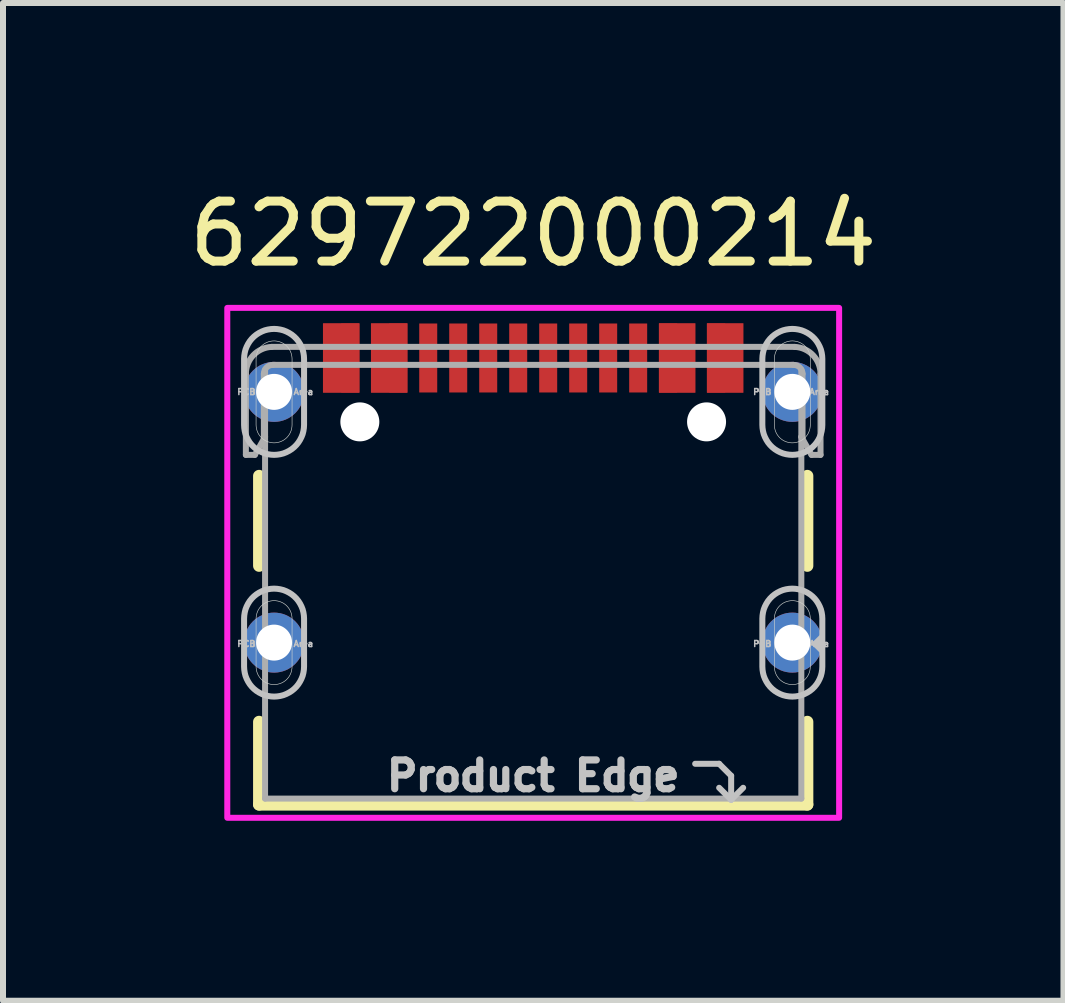
<source format=kicad_pcb>
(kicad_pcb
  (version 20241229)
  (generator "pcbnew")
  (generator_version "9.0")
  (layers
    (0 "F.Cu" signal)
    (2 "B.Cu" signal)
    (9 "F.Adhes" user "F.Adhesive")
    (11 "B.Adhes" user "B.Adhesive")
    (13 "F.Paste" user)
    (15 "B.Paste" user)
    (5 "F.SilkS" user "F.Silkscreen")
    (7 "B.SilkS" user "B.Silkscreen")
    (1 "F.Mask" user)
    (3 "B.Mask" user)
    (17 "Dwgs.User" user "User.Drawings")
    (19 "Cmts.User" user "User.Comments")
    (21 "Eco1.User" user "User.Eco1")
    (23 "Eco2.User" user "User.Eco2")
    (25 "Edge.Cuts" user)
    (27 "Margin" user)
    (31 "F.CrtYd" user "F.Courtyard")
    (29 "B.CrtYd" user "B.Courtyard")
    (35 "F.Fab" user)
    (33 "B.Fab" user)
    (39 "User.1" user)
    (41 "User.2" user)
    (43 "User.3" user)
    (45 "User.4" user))
  (footprint "629722000214"
    (layer "F.Cu")
    (at 5.839 7.663)
    (property "Reference" "629722000214" (at 0 -6.815 0) (layer "F.SilkS") (effects (font (size 1 1) (thickness 0.15))))
    (attr smd)
    (fp_poly (pts (xy -3.6 -5.42) (xy -3.6 -4.07) (xy -2.8 -4.07) (xy -2.8 -5.42)) (stroke (width 0.01) (type solid)) (fill yes) (layer "F.Mask"))
    (fp_poly (pts (xy -2.8 -5.42) (xy -2.8 -4.07) (xy -2 -4.07) (xy -2 -5.42)) (stroke (width 0.01) (type solid)) (fill yes) (layer "F.Mask"))
    (fp_poly (pts (xy 2 -5.42) (xy 2 -4.07) (xy 2.8 -4.07) (xy 2.8 -5.42)) (stroke (width 0.01) (type solid)) (fill yes) (layer "F.Mask"))
    (fp_poly (pts (xy 2.8 -5.42) (xy 2.8 -4.07) (xy 3.6 -4.07) (xy 3.6 -5.42)) (stroke (width 0.01) (type solid)) (fill yes) (layer "F.Mask"))
    (fp_poly (pts (xy -3.72 -3.63) (xy -3.723 -3.567) (xy -3.733 -3.505) (xy -3.749 -3.445) (xy -3.772 -3.386) (xy -3.8 -3.33) (xy -3.835 -3.277) (xy -3.874 -3.229) (xy -3.919 -3.184) (xy -3.967 -3.145) (xy -4.02 -3.11) (xy -4.076 -3.082) (xy -4.135 -3.059) (xy -4.195 -3.043) (xy -4.257 -3.033) (xy -4.32 -3.03) (xy -4.383 -3.033) (xy -4.445 -3.043) (xy -4.505 -3.059) (xy -4.564 -3.082) (xy -4.62 -3.11) (xy -4.673 -3.145) (xy -4.721 -3.184) (xy -4.766 -3.229) (xy -4.805 -3.277) (xy -4.84 -3.33) (xy -4.868 -3.386) (xy -4.891 -3.445) (xy -4.907 -3.505) (xy -4.917 -3.567) (xy -4.92 -3.63) (xy -4.92 -4.73) (xy -4.917 -4.793) (xy -4.907 -4.855) (xy -4.891 -4.915) (xy -4.868 -4.974) (xy -4.84 -5.03) (xy -4.805 -5.083) (xy -4.766 -5.131) (xy -4.721 -5.176) (xy -4.673 -5.215) (xy -4.62 -5.25) (xy -4.564 -5.278) (xy -4.505 -5.301) (xy -4.445 -5.317) (xy -4.383 -5.327) (xy -4.32 -5.33) (xy -4.257 -5.327) (xy -4.195 -5.317) (xy -4.135 -5.301) (xy -4.076 -5.278) (xy -4.02 -5.25) (xy -3.967 -5.215) (xy -3.919 -5.176) (xy -3.874 -5.131) (xy -3.835 -5.083) (xy -3.8 -5.03) (xy -3.772 -4.974) (xy -3.749 -4.915) (xy -3.733 -4.855) (xy -3.723 -4.793) (xy -3.72 -4.73) (xy -3.72 -3.63)) (stroke (width 0.1) (type solid)) (fill yes) (layer "F.Mask"))
    (fp_poly (pts (xy -3.72 0.4) (xy -3.723 0.463) (xy -3.733 0.525) (xy -3.749 0.585) (xy -3.772 0.644) (xy -3.8 0.7) (xy -3.835 0.753) (xy -3.874 0.801) (xy -3.919 0.846) (xy -3.967 0.885) (xy -4.02 0.92) (xy -4.076 0.948) (xy -4.135 0.971) (xy -4.195 0.987) (xy -4.257 0.997) (xy -4.32 1) (xy -4.383 0.997) (xy -4.445 0.987) (xy -4.505 0.971) (xy -4.564 0.948) (xy -4.62 0.92) (xy -4.673 0.885) (xy -4.721 0.846) (xy -4.766 0.801) (xy -4.805 0.753) (xy -4.84 0.7) (xy -4.868 0.644) (xy -4.891 0.585) (xy -4.907 0.525) (xy -4.917 0.463) (xy -4.92 0.4) (xy -4.92 -0.4) (xy -4.917 -0.463) (xy -4.907 -0.525) (xy -4.891 -0.585) (xy -4.868 -0.644) (xy -4.84 -0.7) (xy -4.805 -0.753) (xy -4.766 -0.801) (xy -4.721 -0.846) (xy -4.673 -0.885) (xy -4.62 -0.92) (xy -4.564 -0.948) (xy -4.505 -0.971) (xy -4.445 -0.987) (xy -4.383 -0.997) (xy -4.32 -1) (xy -4.257 -0.997) (xy -4.195 -0.987) (xy -4.135 -0.971) (xy -4.076 -0.948) (xy -4.02 -0.92) (xy -3.967 -0.885) (xy -3.919 -0.846) (xy -3.874 -0.801) (xy -3.835 -0.753) (xy -3.8 -0.7) (xy -3.772 -0.644) (xy -3.749 -0.585) (xy -3.733 -0.525) (xy -3.723 -0.463) (xy -3.72 -0.4) (xy -3.72 0.4)) (stroke (width 0.1) (type solid)) (fill yes) (layer "F.Mask"))
    (fp_poly (pts (xy 3.72 -3.63) (xy 3.723 -3.567) (xy 3.733 -3.505) (xy 3.749 -3.445) (xy 3.772 -3.386) (xy 3.8 -3.33) (xy 3.835 -3.277) (xy 3.874 -3.229) (xy 3.919 -3.184) (xy 3.967 -3.145) (xy 4.02 -3.11) (xy 4.076 -3.082) (xy 4.135 -3.059) (xy 4.195 -3.043) (xy 4.257 -3.033) (xy 4.32 -3.03) (xy 4.383 -3.033) (xy 4.445 -3.043) (xy 4.505 -3.059) (xy 4.564 -3.082) (xy 4.62 -3.11) (xy 4.673 -3.145) (xy 4.721 -3.184) (xy 4.766 -3.229) (xy 4.805 -3.277) (xy 4.84 -3.33) (xy 4.868 -3.386) (xy 4.891 -3.445) (xy 4.907 -3.505) (xy 4.917 -3.567) (xy 4.92 -3.63) (xy 4.92 -4.73) (xy 4.917 -4.793) (xy 4.907 -4.855) (xy 4.891 -4.915) (xy 4.868 -4.974) (xy 4.84 -5.03) (xy 4.805 -5.083) (xy 4.766 -5.131) (xy 4.721 -5.176) (xy 4.673 -5.215) (xy 4.62 -5.25) (xy 4.564 -5.278) (xy 4.505 -5.301) (xy 4.445 -5.317) (xy 4.383 -5.327) (xy 4.32 -5.33) (xy 4.257 -5.327) (xy 4.195 -5.317) (xy 4.135 -5.301) (xy 4.076 -5.278) (xy 4.02 -5.25) (xy 3.967 -5.215) (xy 3.919 -5.176) (xy 3.874 -5.131) (xy 3.835 -5.083) (xy 3.8 -5.03) (xy 3.772 -4.974) (xy 3.749 -4.915) (xy 3.733 -4.855) (xy 3.723 -4.793) (xy 3.72 -4.73) (xy 3.72 -3.63)) (stroke (width 0.1) (type solid)) (fill yes) (layer "F.Mask"))
    (fp_poly (pts (xy 3.72 0.4) (xy 3.723 0.463) (xy 3.733 0.525) (xy 3.749 0.585) (xy 3.772 0.644) (xy 3.8 0.7) (xy 3.835 0.753) (xy 3.874 0.801) (xy 3.919 0.846) (xy 3.967 0.885) (xy 4.02 0.92) (xy 4.076 0.948) (xy 4.135 0.971) (xy 4.195 0.987) (xy 4.257 0.997) (xy 4.32 1) (xy 4.383 0.997) (xy 4.445 0.987) (xy 4.505 0.971) (xy 4.564 0.948) (xy 4.62 0.92) (xy 4.673 0.885) (xy 4.721 0.846) (xy 4.766 0.801) (xy 4.805 0.753) (xy 4.84 0.7) (xy 4.868 0.644) (xy 4.891 0.585) (xy 4.907 0.525) (xy 4.917 0.463) (xy 4.92 0.4) (xy 4.92 -0.4) (xy 4.917 -0.463) (xy 4.907 -0.525) (xy 4.891 -0.585) (xy 4.868 -0.644) (xy 4.84 -0.7) (xy 4.805 -0.753) (xy 4.766 -0.801) (xy 4.721 -0.846) (xy 4.673 -0.885) (xy 4.62 -0.92) (xy 4.564 -0.948) (xy 4.505 -0.971) (xy 4.445 -0.987) (xy 4.383 -0.997) (xy 4.32 -1) (xy 4.257 -0.997) (xy 4.195 -0.987) (xy 4.135 -0.971) (xy 4.076 -0.948) (xy 4.02 -0.92) (xy 3.967 -0.885) (xy 3.919 -0.846) (xy 3.874 -0.801) (xy 3.835 -0.753) (xy 3.8 -0.7) (xy 3.772 -0.644) (xy 3.749 -0.585) (xy 3.733 -0.525) (xy 3.723 -0.463) (xy 3.72 -0.4) (xy 3.72 0.4)) (stroke (width 0.1) (type solid)) (fill yes) (layer "F.Mask"))
    (fp_poly (pts (xy -3.72 -3.63) (xy -3.723 -3.567) (xy -3.733 -3.505) (xy -3.749 -3.445) (xy -3.772 -3.386) (xy -3.8 -3.33) (xy -3.835 -3.277) (xy -3.874 -3.229) (xy -3.919 -3.184) (xy -3.967 -3.145) (xy -4.02 -3.11) (xy -4.076 -3.082) (xy -4.135 -3.059) (xy -4.195 -3.043) (xy -4.257 -3.033) (xy -4.32 -3.03) (xy -4.383 -3.033) (xy -4.445 -3.043) (xy -4.505 -3.059) (xy -4.564 -3.082) (xy -4.62 -3.11) (xy -4.673 -3.145) (xy -4.721 -3.184) (xy -4.766 -3.229) (xy -4.805 -3.277) (xy -4.84 -3.33) (xy -4.868 -3.386) (xy -4.891 -3.445) (xy -4.907 -3.505) (xy -4.917 -3.567) (xy -4.92 -3.63) (xy -4.92 -4.73) (xy -4.917 -4.793) (xy -4.907 -4.855) (xy -4.891 -4.915) (xy -4.868 -4.974) (xy -4.84 -5.03) (xy -4.805 -5.083) (xy -4.766 -5.131) (xy -4.721 -5.176) (xy -4.673 -5.215) (xy -4.62 -5.25) (xy -4.564 -5.278) (xy -4.505 -5.301) (xy -4.445 -5.317) (xy -4.383 -5.327) (xy -4.32 -5.33) (xy -4.257 -5.327) (xy -4.195 -5.317) (xy -4.135 -5.301) (xy -4.076 -5.278) (xy -4.02 -5.25) (xy -3.967 -5.215) (xy -3.919 -5.176) (xy -3.874 -5.131) (xy -3.835 -5.083) (xy -3.8 -5.03) (xy -3.772 -4.974) (xy -3.749 -4.915) (xy -3.733 -4.855) (xy -3.723 -4.793) (xy -3.72 -4.73) (xy -3.72 -3.63)) (stroke (width 0.1) (type solid)) (fill yes) (layer "B.Mask"))
    (fp_poly (pts (xy -3.72 0.4) (xy -3.723 0.463) (xy -3.733 0.525) (xy -3.749 0.585) (xy -3.772 0.644) (xy -3.8 0.7) (xy -3.835 0.753) (xy -3.874 0.801) (xy -3.919 0.846) (xy -3.967 0.885) (xy -4.02 0.92) (xy -4.076 0.948) (xy -4.135 0.971) (xy -4.195 0.987) (xy -4.257 0.997) (xy -4.32 1) (xy -4.383 0.997) (xy -4.445 0.987) (xy -4.505 0.971) (xy -4.564 0.948) (xy -4.62 0.92) (xy -4.673 0.885) (xy -4.721 0.846) (xy -4.766 0.801) (xy -4.805 0.753) (xy -4.84 0.7) (xy -4.868 0.644) (xy -4.891 0.585) (xy -4.907 0.525) (xy -4.917 0.463) (xy -4.92 0.4) (xy -4.92 -0.4) (xy -4.917 -0.463) (xy -4.907 -0.525) (xy -4.891 -0.585) (xy -4.868 -0.644) (xy -4.84 -0.7) (xy -4.805 -0.753) (xy -4.766 -0.801) (xy -4.721 -0.846) (xy -4.673 -0.885) (xy -4.62 -0.92) (xy -4.564 -0.948) (xy -4.505 -0.971) (xy -4.445 -0.987) (xy -4.383 -0.997) (xy -4.32 -1) (xy -4.257 -0.997) (xy -4.195 -0.987) (xy -4.135 -0.971) (xy -4.076 -0.948) (xy -4.02 -0.92) (xy -3.967 -0.885) (xy -3.919 -0.846) (xy -3.874 -0.801) (xy -3.835 -0.753) (xy -3.8 -0.7) (xy -3.772 -0.644) (xy -3.749 -0.585) (xy -3.733 -0.525) (xy -3.723 -0.463) (xy -3.72 -0.4) (xy -3.72 0.4)) (stroke (width 0.1) (type solid)) (fill yes) (layer "B.Mask"))
    (fp_poly (pts (xy 3.72 -3.63) (xy 3.723 -3.567) (xy 3.733 -3.505) (xy 3.749 -3.445) (xy 3.772 -3.386) (xy 3.8 -3.33) (xy 3.835 -3.277) (xy 3.874 -3.229) (xy 3.919 -3.184) (xy 3.967 -3.145) (xy 4.02 -3.11) (xy 4.076 -3.082) (xy 4.135 -3.059) (xy 4.195 -3.043) (xy 4.257 -3.033) (xy 4.32 -3.03) (xy 4.383 -3.033) (xy 4.445 -3.043) (xy 4.505 -3.059) (xy 4.564 -3.082) (xy 4.62 -3.11) (xy 4.673 -3.145) (xy 4.721 -3.184) (xy 4.766 -3.229) (xy 4.805 -3.277) (xy 4.84 -3.33) (xy 4.868 -3.386) (xy 4.891 -3.445) (xy 4.907 -3.505) (xy 4.917 -3.567) (xy 4.92 -3.63) (xy 4.92 -4.73) (xy 4.917 -4.793) (xy 4.907 -4.855) (xy 4.891 -4.915) (xy 4.868 -4.974) (xy 4.84 -5.03) (xy 4.805 -5.083) (xy 4.766 -5.131) (xy 4.721 -5.176) (xy 4.673 -5.215) (xy 4.62 -5.25) (xy 4.564 -5.278) (xy 4.505 -5.301) (xy 4.445 -5.317) (xy 4.383 -5.327) (xy 4.32 -5.33) (xy 4.257 -5.327) (xy 4.195 -5.317) (xy 4.135 -5.301) (xy 4.076 -5.278) (xy 4.02 -5.25) (xy 3.967 -5.215) (xy 3.919 -5.176) (xy 3.874 -5.131) (xy 3.835 -5.083) (xy 3.8 -5.03) (xy 3.772 -4.974) (xy 3.749 -4.915) (xy 3.733 -4.855) (xy 3.723 -4.793) (xy 3.72 -4.73) (xy 3.72 -3.63)) (stroke (width 0.1) (type solid)) (fill yes) (layer "B.Mask"))
    (fp_poly (pts (xy 3.72 0.4) (xy 3.723 0.463) (xy 3.733 0.525) (xy 3.749 0.585) (xy 3.772 0.644) (xy 3.8 0.7) (xy 3.835 0.753) (xy 3.874 0.801) (xy 3.919 0.846) (xy 3.967 0.885) (xy 4.02 0.92) (xy 4.076 0.948) (xy 4.135 0.971) (xy 4.195 0.987) (xy 4.257 0.997) (xy 4.32 1) (xy 4.383 0.997) (xy 4.445 0.987) (xy 4.505 0.971) (xy 4.564 0.948) (xy 4.62 0.92) (xy 4.673 0.885) (xy 4.721 0.846) (xy 4.766 0.801) (xy 4.805 0.753) (xy 4.84 0.7) (xy 4.868 0.644) (xy 4.891 0.585) (xy 4.907 0.525) (xy 4.917 0.463) (xy 4.92 0.4) (xy 4.92 -0.4) (xy 4.917 -0.463) (xy 4.907 -0.525) (xy 4.891 -0.585) (xy 4.868 -0.644) (xy 4.84 -0.7) (xy 4.805 -0.753) (xy 4.766 -0.801) (xy 4.721 -0.846) (xy 4.673 -0.885) (xy 4.62 -0.92) (xy 4.564 -0.948) (xy 4.505 -0.971) (xy 4.445 -0.987) (xy 4.383 -0.997) (xy 4.32 -1) (xy 4.257 -0.997) (xy 4.195 -0.987) (xy 4.135 -0.971) (xy 4.076 -0.948) (xy 4.02 -0.92) (xy 3.967 -0.885) (xy 3.919 -0.846) (xy 3.874 -0.801) (xy 3.835 -0.753) (xy 3.8 -0.7) (xy 3.772 -0.644) (xy 3.749 -0.585) (xy 3.733 -0.525) (xy 3.723 -0.463) (xy 3.72 -0.4) (xy 3.72 0.4)) (stroke (width 0.1) (type solid)) (fill yes) (layer "B.Mask"))
    (fp_line (start -4.57 -2.78) (end -4.57 -1.28) (stroke (width 0.2) (type solid)) (layer "F.SilkS"))
    (fp_line (start -4.57 1.32) (end -4.57 2.7) (stroke (width 0.2) (type solid)) (layer "F.SilkS"))
    (fp_line (start -4.57 2.7) (end 4.57 2.7) (stroke (width 0.2) (type solid)) (layer "F.SilkS"))
    (fp_line (start 4.57 -1.28) (end 4.57 -2.78) (stroke (width 0.2) (type solid)) (layer "F.SilkS"))
    (fp_line (start 4.57 2.7) (end 4.57 1.32) (stroke (width 0.2) (type solid)) (layer "F.SilkS"))
    (fp_poly (pts (xy -3.5 -5.32) (xy -3.5 -4.17) (xy -2.9 -4.17) (xy -2.9 -5.32)) (stroke (width 0.01) (type solid)) (fill yes) (layer "F.Paste"))
    (fp_poly (pts (xy -2.7 -5.32) (xy -2.7 -4.17) (xy -2.1 -4.17) (xy -2.1 -5.32)) (stroke (width 0.01) (type solid)) (fill yes) (layer "F.Paste"))
    (fp_poly (pts (xy 2.1 -5.32) (xy 2.1 -4.17) (xy 2.7 -4.17) (xy 2.7 -5.32)) (stroke (width 0.01) (type solid)) (fill yes) (layer "F.Paste"))
    (fp_poly (pts (xy 2.9 -5.32) (xy 2.9 -4.17) (xy 3.5 -4.17) (xy 3.5 -5.32)) (stroke (width 0.01) (type solid)) (fill yes) (layer "F.Paste"))
    (fp_line (start 2.7 2.02) (end 3.1 2.02) (stroke (width 0.1) (type solid)) (layer "Dwgs.User"))
    (fp_line (start 3.1 2.02) (end 3.3 2.22) (stroke (width 0.1) (type solid)) (layer "Dwgs.User"))
    (fp_line (start 3.3 2.22) (end 3.3 2.62) (stroke (width 0.1) (type solid)) (layer "Dwgs.User"))
    (fp_line (start 3.3 2.62) (end 3.1 2.42) (stroke (width 0.1) (type solid)) (layer "Dwgs.User"))
    (fp_line (start 3.3 2.62) (end 3.5 2.42) (stroke (width 0.1) (type solid)) (layer "Dwgs.User"))
    (fp_line (start 4.7 0.02) (end 4.8 -0.08) (stroke (width 0.1) (type solid)) (layer "Dwgs.User"))
    (fp_line (start 4.7 0.02) (end 4.8 0.12) (stroke (width 0.1) (type solid)) (layer "Dwgs.User"))
    (fp_poly (pts (xy -3.82 -3.63) (xy -3.823 -3.578) (xy -3.831 -3.526) (xy -3.844 -3.475) (xy -3.863 -3.427) (xy -3.887 -3.38) (xy -3.915 -3.336) (xy -3.948 -3.295) (xy -3.985 -3.258) (xy -4.026 -3.225) (xy -4.07 -3.197) (xy -4.117 -3.173) (xy -4.165 -3.154) (xy -4.216 -3.141) (xy -4.268 -3.133) (xy -4.32 -3.13) (xy -4.372 -3.133) (xy -4.424 -3.141) (xy -4.475 -3.154) (xy -4.523 -3.173) (xy -4.57 -3.197) (xy -4.614 -3.225) (xy -4.655 -3.258) (xy -4.692 -3.295) (xy -4.725 -3.336) (xy -4.753 -3.38) (xy -4.777 -3.427) (xy -4.796 -3.475) (xy -4.809 -3.526) (xy -4.817 -3.578) (xy -4.82 -3.63) (xy -4.82 -4.73) (xy -4.817 -4.782) (xy -4.809 -4.834) (xy -4.796 -4.885) (xy -4.777 -4.933) (xy -4.753 -4.98) (xy -4.725 -5.024) (xy -4.692 -5.065) (xy -4.655 -5.102) (xy -4.614 -5.135) (xy -4.57 -5.163) (xy -4.523 -5.187) (xy -4.475 -5.206) (xy -4.424 -5.219) (xy -4.372 -5.227) (xy -4.32 -5.23) (xy -4.268 -5.227) (xy -4.216 -5.219) (xy -4.165 -5.206) (xy -4.117 -5.187) (xy -4.07 -5.163) (xy -4.026 -5.135) (xy -3.985 -5.102) (xy -3.948 -5.065) (xy -3.915 -5.024) (xy -3.887 -4.98) (xy -3.863 -4.933) (xy -3.844 -4.885) (xy -3.831 -4.834) (xy -3.823 -4.782) (xy -3.82 -4.73) (xy -3.82 -3.63)) (stroke (width 0.1) (type solid)) (fill no) (layer "Dwgs.User"))
    (fp_poly (pts (xy -3.82 0.4) (xy -3.823 0.452) (xy -3.831 0.504) (xy -3.844 0.555) (xy -3.863 0.603) (xy -3.887 0.65) (xy -3.915 0.694) (xy -3.948 0.735) (xy -3.985 0.772) (xy -4.026 0.805) (xy -4.07 0.833) (xy -4.117 0.857) (xy -4.165 0.876) (xy -4.216 0.889) (xy -4.268 0.897) (xy -4.32 0.9) (xy -4.372 0.897) (xy -4.424 0.889) (xy -4.475 0.876) (xy -4.523 0.857) (xy -4.57 0.833) (xy -4.614 0.805) (xy -4.655 0.772) (xy -4.692 0.735) (xy -4.725 0.694) (xy -4.753 0.65) (xy -4.777 0.603) (xy -4.796 0.555) (xy -4.809 0.504) (xy -4.817 0.452) (xy -4.82 0.4) (xy -4.82 -0.4) (xy -4.817 -0.452) (xy -4.809 -0.504) (xy -4.796 -0.555) (xy -4.777 -0.603) (xy -4.753 -0.65) (xy -4.725 -0.694) (xy -4.692 -0.735) (xy -4.655 -0.772) (xy -4.614 -0.805) (xy -4.57 -0.833) (xy -4.523 -0.857) (xy -4.475 -0.876) (xy -4.424 -0.889) (xy -4.372 -0.897) (xy -4.32 -0.9) (xy -4.268 -0.897) (xy -4.216 -0.889) (xy -4.165 -0.876) (xy -4.117 -0.857) (xy -4.07 -0.833) (xy -4.026 -0.805) (xy -3.985 -0.772) (xy -3.948 -0.735) (xy -3.915 -0.694) (xy -3.887 -0.65) (xy -3.863 -0.603) (xy -3.844 -0.555) (xy -3.831 -0.504) (xy -3.823 -0.452) (xy -3.82 -0.4) (xy -3.82 0.4)) (stroke (width 0.1) (type solid)) (fill no) (layer "Dwgs.User"))
    (fp_poly (pts (xy 3.82 -3.63) (xy 3.823 -3.578) (xy 3.831 -3.526) (xy 3.844 -3.475) (xy 3.863 -3.427) (xy 3.887 -3.38) (xy 3.915 -3.336) (xy 3.948 -3.295) (xy 3.985 -3.258) (xy 4.026 -3.225) (xy 4.07 -3.197) (xy 4.117 -3.173) (xy 4.165 -3.154) (xy 4.216 -3.141) (xy 4.268 -3.133) (xy 4.32 -3.13) (xy 4.372 -3.133) (xy 4.424 -3.141) (xy 4.475 -3.154) (xy 4.523 -3.173) (xy 4.57 -3.197) (xy 4.614 -3.225) (xy 4.655 -3.258) (xy 4.692 -3.295) (xy 4.725 -3.336) (xy 4.753 -3.38) (xy 4.777 -3.427) (xy 4.796 -3.475) (xy 4.809 -3.526) (xy 4.817 -3.578) (xy 4.82 -3.63) (xy 4.82 -4.73) (xy 4.817 -4.782) (xy 4.809 -4.834) (xy 4.796 -4.885) (xy 4.777 -4.933) (xy 4.753 -4.98) (xy 4.725 -5.024) (xy 4.692 -5.065) (xy 4.655 -5.102) (xy 4.614 -5.135) (xy 4.57 -5.163) (xy 4.523 -5.187) (xy 4.475 -5.206) (xy 4.424 -5.219) (xy 4.372 -5.227) (xy 4.32 -5.23) (xy 4.268 -5.227) (xy 4.216 -5.219) (xy 4.165 -5.206) (xy 4.117 -5.187) (xy 4.07 -5.163) (xy 4.026 -5.135) (xy 3.985 -5.102) (xy 3.948 -5.065) (xy 3.915 -5.024) (xy 3.887 -4.98) (xy 3.863 -4.933) (xy 3.844 -4.885) (xy 3.831 -4.834) (xy 3.823 -4.782) (xy 3.82 -4.73) (xy 3.82 -3.63)) (stroke (width 0.1) (type solid)) (fill no) (layer "Dwgs.User"))
    (fp_poly (pts (xy 3.82 0.4) (xy 3.823 0.452) (xy 3.831 0.504) (xy 3.844 0.555) (xy 3.863 0.603) (xy 3.887 0.65) (xy 3.915 0.694) (xy 3.948 0.735) (xy 3.985 0.772) (xy 4.026 0.805) (xy 4.07 0.833) (xy 4.117 0.857) (xy 4.165 0.876) (xy 4.216 0.889) (xy 4.268 0.897) (xy 4.32 0.9) (xy 4.372 0.897) (xy 4.424 0.889) (xy 4.475 0.876) (xy 4.523 0.857) (xy 4.57 0.833) (xy 4.614 0.805) (xy 4.655 0.772) (xy 4.692 0.735) (xy 4.725 0.694) (xy 4.753 0.65) (xy 4.777 0.603) (xy 4.796 0.555) (xy 4.809 0.504) (xy 4.817 0.452) (xy 4.82 0.4) (xy 4.82 -0.4) (xy 4.817 -0.452) (xy 4.809 -0.504) (xy 4.796 -0.555) (xy 4.777 -0.603) (xy 4.753 -0.65) (xy 4.725 -0.694) (xy 4.692 -0.735) (xy 4.655 -0.772) (xy 4.614 -0.805) (xy 4.57 -0.833) (xy 4.523 -0.857) (xy 4.475 -0.876) (xy 4.424 -0.889) (xy 4.372 -0.897) (xy 4.32 -0.9) (xy 4.268 -0.897) (xy 4.216 -0.889) (xy 4.165 -0.876) (xy 4.117 -0.857) (xy 4.07 -0.833) (xy 4.026 -0.805) (xy 3.985 -0.772) (xy 3.948 -0.735) (xy 3.915 -0.694) (xy 3.887 -0.65) (xy 3.863 -0.603) (xy 3.844 -0.555) (xy 3.831 -0.504) (xy 3.823 -0.452) (xy 3.82 -0.4) (xy 3.82 0.4)) (stroke (width 0.1) (type solid)) (fill no) (layer "Dwgs.User"))
    (fp_poly (pts (xy -4.02 -3.63) (xy -4.022 -3.599) (xy -4.027 -3.568) (xy -4.035 -3.537) (xy -4.046 -3.508) (xy -4.06 -3.48) (xy -4.077 -3.454) (xy -4.097 -3.429) (xy -4.119 -3.407) (xy -4.144 -3.387) (xy -4.17 -3.37) (xy -4.198 -3.356) (xy -4.227 -3.345) (xy -4.258 -3.337) (xy -4.289 -3.332) (xy -4.32 -3.33) (xy -4.351 -3.332) (xy -4.382 -3.337) (xy -4.413 -3.345) (xy -4.442 -3.356) (xy -4.47 -3.37) (xy -4.496 -3.387) (xy -4.521 -3.407) (xy -4.543 -3.429) (xy -4.563 -3.454) (xy -4.58 -3.48) (xy -4.594 -3.508) (xy -4.605 -3.537) (xy -4.613 -3.568) (xy -4.618 -3.599) (xy -4.62 -3.63) (xy -4.62 -4.73) (xy -4.618 -4.761) (xy -4.613 -4.792) (xy -4.605 -4.823) (xy -4.594 -4.852) (xy -4.58 -4.88) (xy -4.563 -4.906) (xy -4.543 -4.931) (xy -4.521 -4.953) (xy -4.496 -4.973) (xy -4.47 -4.99) (xy -4.442 -5.004) (xy -4.413 -5.015) (xy -4.382 -5.023) (xy -4.351 -5.028) (xy -4.32 -5.03) (xy -4.289 -5.028) (xy -4.258 -5.023) (xy -4.227 -5.015) (xy -4.198 -5.004) (xy -4.17 -4.99) (xy -4.144 -4.973) (xy -4.119 -4.953) (xy -4.097 -4.931) (xy -4.077 -4.906) (xy -4.06 -4.88) (xy -4.046 -4.852) (xy -4.035 -4.823) (xy -4.027 -4.792) (xy -4.022 -4.761) (xy -4.02 -4.73) (xy -4.02 -3.63)) (stroke (width 0.01) (type solid)) (fill no) (layer "Edge.Cuts"))
    (fp_poly (pts (xy -4.02 0.4) (xy -4.022 0.431) (xy -4.027 0.462) (xy -4.035 0.493) (xy -4.046 0.522) (xy -4.06 0.55) (xy -4.077 0.576) (xy -4.097 0.601) (xy -4.119 0.623) (xy -4.144 0.643) (xy -4.17 0.66) (xy -4.198 0.674) (xy -4.227 0.685) (xy -4.258 0.693) (xy -4.289 0.698) (xy -4.32 0.7) (xy -4.351 0.698) (xy -4.382 0.693) (xy -4.413 0.685) (xy -4.442 0.674) (xy -4.47 0.66) (xy -4.496 0.643) (xy -4.521 0.623) (xy -4.543 0.601) (xy -4.563 0.576) (xy -4.58 0.55) (xy -4.594 0.522) (xy -4.605 0.493) (xy -4.613 0.462) (xy -4.618 0.431) (xy -4.62 0.4) (xy -4.62 -0.4) (xy -4.618 -0.431) (xy -4.613 -0.462) (xy -4.605 -0.493) (xy -4.594 -0.522) (xy -4.58 -0.55) (xy -4.563 -0.576) (xy -4.543 -0.601) (xy -4.521 -0.623) (xy -4.496 -0.643) (xy -4.47 -0.66) (xy -4.442 -0.674) (xy -4.413 -0.685) (xy -4.382 -0.693) (xy -4.351 -0.698) (xy -4.32 -0.7) (xy -4.289 -0.698) (xy -4.258 -0.693) (xy -4.227 -0.685) (xy -4.198 -0.674) (xy -4.17 -0.66) (xy -4.144 -0.643) (xy -4.119 -0.623) (xy -4.097 -0.601) (xy -4.077 -0.576) (xy -4.06 -0.55) (xy -4.046 -0.522) (xy -4.035 -0.493) (xy -4.027 -0.462) (xy -4.022 -0.431) (xy -4.02 -0.4) (xy -4.02 0.4)) (stroke (width 0.01) (type solid)) (fill no) (layer "Edge.Cuts"))
    (fp_poly (pts (xy 4.02 -3.63) (xy 4.022 -3.599) (xy 4.027 -3.568) (xy 4.035 -3.537) (xy 4.046 -3.508) (xy 4.06 -3.48) (xy 4.077 -3.454) (xy 4.097 -3.429) (xy 4.119 -3.407) (xy 4.144 -3.387) (xy 4.17 -3.37) (xy 4.198 -3.356) (xy 4.227 -3.345) (xy 4.258 -3.337) (xy 4.289 -3.332) (xy 4.32 -3.33) (xy 4.351 -3.332) (xy 4.382 -3.337) (xy 4.413 -3.345) (xy 4.442 -3.356) (xy 4.47 -3.37) (xy 4.496 -3.387) (xy 4.521 -3.407) (xy 4.543 -3.429) (xy 4.563 -3.454) (xy 4.58 -3.48) (xy 4.594 -3.508) (xy 4.605 -3.537) (xy 4.613 -3.568) (xy 4.618 -3.599) (xy 4.62 -3.63) (xy 4.62 -4.73) (xy 4.618 -4.761) (xy 4.613 -4.792) (xy 4.605 -4.823) (xy 4.594 -4.852) (xy 4.58 -4.88) (xy 4.563 -4.906) (xy 4.543 -4.931) (xy 4.521 -4.953) (xy 4.496 -4.973) (xy 4.47 -4.99) (xy 4.442 -5.004) (xy 4.413 -5.015) (xy 4.382 -5.023) (xy 4.351 -5.028) (xy 4.32 -5.03) (xy 4.289 -5.028) (xy 4.258 -5.023) (xy 4.227 -5.015) (xy 4.198 -5.004) (xy 4.17 -4.99) (xy 4.144 -4.973) (xy 4.119 -4.953) (xy 4.097 -4.931) (xy 4.077 -4.906) (xy 4.06 -4.88) (xy 4.046 -4.852) (xy 4.035 -4.823) (xy 4.027 -4.792) (xy 4.022 -4.761) (xy 4.02 -4.73) (xy 4.02 -3.63)) (stroke (width 0.01) (type solid)) (fill no) (layer "Edge.Cuts"))
    (fp_poly (pts (xy 4.02 0.4) (xy 4.022 0.431) (xy 4.027 0.462) (xy 4.035 0.493) (xy 4.046 0.522) (xy 4.06 0.55) (xy 4.077 0.576) (xy 4.097 0.601) (xy 4.119 0.623) (xy 4.144 0.643) (xy 4.17 0.66) (xy 4.198 0.674) (xy 4.227 0.685) (xy 4.258 0.693) (xy 4.289 0.698) (xy 4.32 0.7) (xy 4.351 0.698) (xy 4.382 0.693) (xy 4.413 0.685) (xy 4.442 0.674) (xy 4.47 0.66) (xy 4.496 0.643) (xy 4.521 0.623) (xy 4.543 0.601) (xy 4.563 0.576) (xy 4.58 0.55) (xy 4.594 0.522) (xy 4.605 0.493) (xy 4.613 0.462) (xy 4.618 0.431) (xy 4.62 0.4) (xy 4.62 -0.4) (xy 4.618 -0.431) (xy 4.613 -0.462) (xy 4.605 -0.493) (xy 4.594 -0.522) (xy 4.58 -0.55) (xy 4.563 -0.576) (xy 4.543 -0.601) (xy 4.521 -0.623) (xy 4.496 -0.643) (xy 4.47 -0.66) (xy 4.442 -0.674) (xy 4.413 -0.685) (xy 4.382 -0.693) (xy 4.351 -0.698) (xy 4.32 -0.7) (xy 4.289 -0.698) (xy 4.258 -0.693) (xy 4.227 -0.685) (xy 4.198 -0.674) (xy 4.17 -0.66) (xy 4.144 -0.643) (xy 4.119 -0.623) (xy 4.097 -0.601) (xy 4.077 -0.576) (xy 4.06 -0.55) (xy 4.046 -0.522) (xy 4.035 -0.493) (xy 4.027 -0.462) (xy 4.022 -0.431) (xy 4.02 -0.4) (xy 4.02 0.4)) (stroke (width 0.01) (type solid)) (fill no) (layer "Edge.Cuts"))
    (fp_poly (pts (xy -5.1 -5.58) (xy -5.1 2.92) (xy 5.1 2.92) (xy 5.1 -5.58)) (stroke (width 0.1) (type solid)) (fill no) (layer "F.CrtYd"))
    (fp_line (start -4.79 -4.48) (end -4.79 -3.13) (stroke (width 0.1) (type solid)) (layer "F.Fab"))
    (fp_line (start -4.79 -3.13) (end -4.64 -3.13) (stroke (width 0.1) (type solid)) (layer "F.Fab"))
    (fp_line (start -4.64 -3.13) (end -4.47 -3.43) (stroke (width 0.1) (type solid)) (layer "F.Fab"))
    (fp_line (start -4.49 -4.48) (end -4.49 -3.395) (stroke (width 0.1) (type solid)) (layer "F.Fab"))
    (fp_line (start -4.47 -4.55) (end -4.47 -3.43) (stroke (width 0.1) (type solid)) (layer "F.Fab"))
    (fp_line (start -4.47 -3.43) (end -4.47 2.6) (stroke (width 0.1) (type solid)) (layer "F.Fab"))
    (fp_line (start -4.47 2.6) (end 4.47 2.6) (stroke (width 0.1) (type solid)) (layer "F.Fab"))
    (fp_line (start -4.34 -4.63) (end 4.34 -4.63) (stroke (width 0.1) (type solid)) (layer "F.Fab"))
    (fp_line (start 4.36 -4.93) (end -4.36 -4.93) (stroke (width 0.1) (type solid)) (layer "F.Fab"))
    (fp_line (start 4.47 -4.55) (end 4.47 -3.43) (stroke (width 0.1) (type solid)) (layer "F.Fab"))
    (fp_line (start 4.47 -3.43) (end 4.47 2.6) (stroke (width 0.1) (type solid)) (layer "F.Fab"))
    (fp_line (start 4.49 -4.48) (end 4.49 -3.395) (stroke (width 0.1) (type solid)) (layer "F.Fab"))
    (fp_line (start 4.64 -3.13) (end 4.47 -3.43) (stroke (width 0.1) (type solid)) (layer "F.Fab"))
    (fp_line (start 4.79 -4.48) (end 4.79 -3.13) (stroke (width 0.1) (type solid)) (layer "F.Fab"))
    (fp_line (start 4.79 -3.13) (end 4.64 -3.13) (stroke (width 0.1) (type solid)) (layer "F.Fab"))
    (fp_arc (start -4.79 -4.48) (mid -4.665284 -4.791272) (end -4.36 -4.93) (stroke (width 0.1) (type solid)) (layer "F.Fab"))
    (fp_arc (start -4.49 -4.48) (mid -4.446066 -4.586066) (end -4.34 -4.63) (stroke (width 0.1) (type solid)) (layer "F.Fab"))
    (fp_arc (start 4.34 -4.63) (mid 4.446066 -4.586066) (end 4.49 -4.48) (stroke (width 0.1) (type solid)) (layer "F.Fab"))
    (fp_arc (start 4.36 -4.93) (mid 4.665284 -4.791272) (end 4.79 -4.48) (stroke (width 0.1) (type solid)) (layer "F.Fab"))
    (fp_text user "PCB Cutout Area" (at -4.3 -4.18 0) (layer "Dwgs.User") (effects (font (size 0.1 0.1) (thickness 0.15))))
    (fp_text user "Product Edge" (at 0 2.22 0) (layer "Dwgs.User") (effects (font (size 0.48 0.48) (thickness 0.15))))
    (fp_text user "PCB Cutout Area" (at -4.3 0.02 0) (layer "Dwgs.User") (effects (font (size 0.1 0.1) (thickness 0.15))))
    (fp_text user "PCB Cutout Area" (at 4.3 0.02 0) (layer "Dwgs.User") (effects (font (size 0.1 0.1) (thickness 0.15))))
    (fp_text user "PCB Cutout Area" (at 4.3 -4.18 0) (layer "Dwgs.User") (effects (font (size 0.1 0.1) (thickness 0.15))))
    (fp_text user "PCB Cutout Area" (at -4.3 -4.18 0) (layer "Edge.Cuts") (effects (font (size 0.1 0.1) (thickness 0.15))))
    (fp_text user "PCB Cutout Area" (at -4.3 0.02 0) (layer "Edge.Cuts") (effects (font (size 0.1 0.1) (thickness 0.15))))
    (fp_text user "PCB Cutout Area" (at 4.3 -4.18 0) (layer "Edge.Cuts") (effects (font (size 0.1 0.1) (thickness 0.15))))
    (fp_text user "PCB Cutout Area" (at 4.3 0.02 0) (layer "Edge.Cuts") (effects (font (size 0.1 0.1) (thickness 0.15))))
    (pad "" np_thru_hole circle (at -2.89 -3.68) (size 0.65 0.65) (drill 0.65) (layers "*.Cu" "*.Mask"))
    (pad "" np_thru_hole circle (at 2.89 -3.68) (size 0.65 0.65) (drill 0.65) (layers "*.Cu" "*.Mask"))
    (pad "A1" smd custom (at -3.35 -4.745) (size 0.3 1.15) (layers "F.Cu") (options (anchor rect)) (primitives (gr_poly (pts (xy -0.15 -0.575) (xy -0.15 0.575) (xy 0.45 0.575) (xy 0.45 -0.575)) (width 0.01) (fill yes))))
    (pad "A4" smd custom (at -2.55 -4.745) (size 0.3 1.15) (layers "F.Cu") (options (anchor rect)) (primitives (gr_poly (pts (xy -0.15 -0.575) (xy -0.15 0.575) (xy 0.45 0.575) (xy 0.45 -0.575)) (width 0.01) (fill yes))))
    (pad "A5" smd rect (at -1.25 -4.745) (size 0.3 1.15) (layers "F.Cu" "F.Mask" "F.Paste"))
    (pad "A6" smd rect (at -0.25 -4.745) (size 0.3 1.15) (layers "F.Cu" "F.Mask" "F.Paste"))
    (pad "A7" smd rect (at 0.25 -4.745) (size 0.3 1.15) (layers "F.Cu" "F.Mask" "F.Paste"))
    (pad "A8" smd rect (at 1.25 -4.745) (size 0.3 1.15) (layers "F.Cu" "F.Mask" "F.Paste"))
    (pad "A9" smd custom (at 2.55 -4.745) (size 0.3 1.15) (layers "F.Cu") (options (anchor rect)) (primitives (gr_poly (pts (xy -0.45 -0.575) (xy -0.45 0.575) (xy 0.15 0.575) (xy 0.15 -0.575)) (width 0.01) (fill yes))))
    (pad "A12" smd custom (at 3.35 -4.745) (size 0.3 1.15) (layers "F.Cu") (options (anchor rect)) (primitives (gr_poly (pts (xy -0.45 -0.575) (xy -0.45 0.575) (xy 0.15 0.575) (xy 0.15 -0.575)) (width 0.01) (fill yes))))
    (pad "B1" smd rect (at 3.05 -4.745) (size 0.3 1.15) (layers "F.Cu"))
    (pad "B4" smd rect (at 2.25 -4.745) (size 0.3 1.15) (layers "F.Cu"))
    (pad "B5" smd rect (at 1.75 -4.745) (size 0.3 1.15) (layers "F.Cu" "F.Mask" "F.Paste"))
    (pad "B6" smd rect (at 0.75 -4.745) (size 0.3 1.15) (layers "F.Cu" "F.Mask" "F.Paste"))
    (pad "B7" smd rect (at -0.75 -4.745) (size 0.3 1.15) (layers "F.Cu" "F.Mask" "F.Paste"))
    (pad "B8" smd rect (at -1.75 -4.745) (size 0.3 1.15) (layers "F.Cu" "F.Mask" "F.Paste"))
    (pad "B9" smd rect (at -2.25 -4.745) (size 0.3 1.15) (layers "F.Cu"))
    (pad "B12" smd rect (at -3.05 -4.745) (size 0.3 1.15) (layers "F.Cu"))
    (pad "S1" thru_hole circle (at -4.32 -4.18) (size 1 1) (drill 0.6) (layers "*.Cu"))
    (pad "S2" thru_hole circle (at 4.32 -4.18) (size 1 1) (drill 0.6) (layers "*.Cu"))
    (pad "S3" thru_hole circle (at -4.32 0) (size 1 1) (drill 0.6) (layers "*.Cu"))
    (pad "S4" thru_hole circle (at 4.32 0) (size 1 1) (drill 0.6) (layers "*.Cu")))
  (gr_rect
    (start -3 -3)
    (end 14.679 13.633)
    (stroke (width 0.1) (type default))
    (fill no)
    (layer "Edge.Cuts")))
</source>
